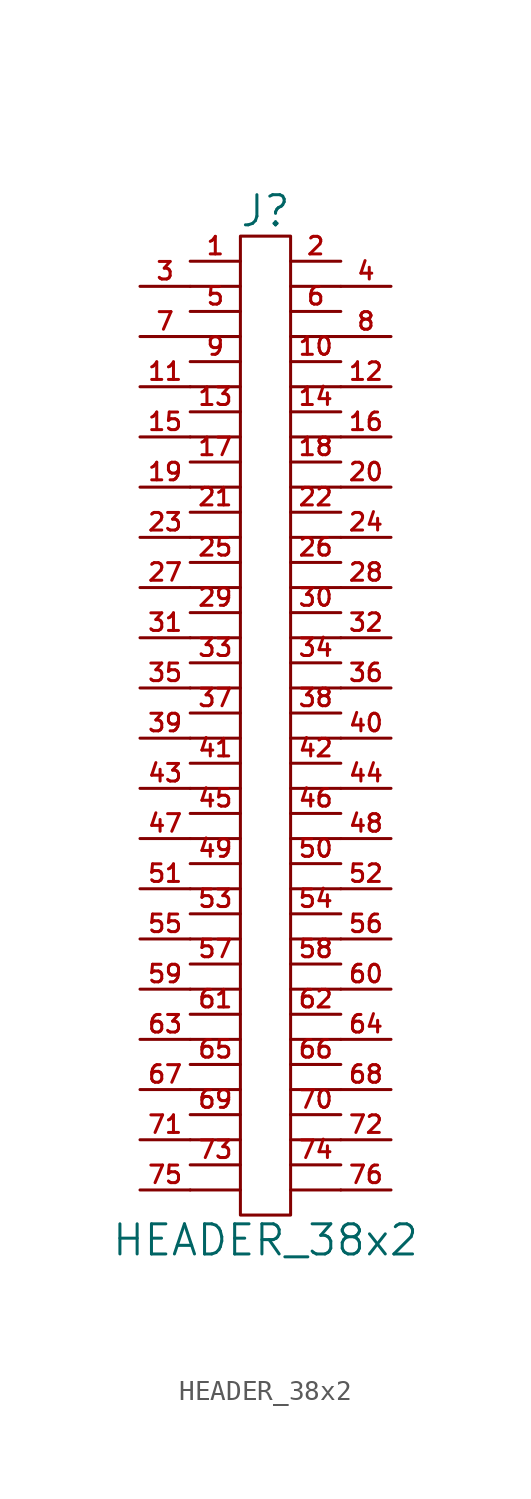
<source format=kicad_sym>
(kicad_symbol_lib
  (version 20220914)
  (generator kicad_symbol_editor)
  (symbol "HEADER_38x2"
    (pin_names
      (offset 0))
    (property "Reference" "J"
      (at 0 25.4 0)
      (effects (font (size 1.524 1.524))))
    (property "Value" "HEADER_38x2"
      (at 0 -26.67 0)
      (effects (font (size 1.524 1.524))))
    (property "Footprint" ""
      (at 0 -1.27 0)
      (effects (font (size 1.524 1.524))))
    (property "Datasheet" ""
      (at 0 0 0)
      (effects (font (size 1.524 1.524))))
    (symbol "HEADER_38x2_0_1"
      (polyline (pts (xy -3.81 -24.13) (xy -1.27 -24.13)) (stroke (width 0) (type solid)) (fill (type none)))
      (polyline (pts (xy -3.81 -21.59) (xy -1.27 -21.59)) (stroke (width 0) (type solid)) (fill (type none)))
      (polyline (pts (xy -3.81 -19.05) (xy -1.27 -19.05)) (stroke (width 0) (type solid)) (fill (type none)))
      (polyline (pts (xy -3.81 -16.51) (xy -1.27 -16.51)) (stroke (width 0) (type solid)) (fill (type none)))
      (polyline (pts (xy -3.81 -13.97) (xy -1.27 -13.97)) (stroke (width 0) (type solid)) (fill (type none)))
      (polyline (pts (xy -3.81 -11.43) (xy -1.27 -11.43)) (stroke (width 0) (type solid)) (fill (type none)))
      (polyline (pts (xy -3.81 -8.89) (xy -1.27 -8.89)) (stroke (width 0) (type solid)) (fill (type none)))
      (polyline (pts (xy -3.81 -6.35) (xy -1.27 -6.35)) (stroke (width 0) (type solid)) (fill (type none)))
      (polyline (pts (xy -3.81 -3.81) (xy -1.27 -3.81)) (stroke (width 0) (type solid)) (fill (type none)))
      (polyline (pts (xy -3.81 -1.27) (xy -1.27 -1.27)) (stroke (width 0) (type solid)) (fill (type none)))
      (polyline (pts (xy -3.81 1.27) (xy -1.27 1.27)) (stroke (width 0) (type solid)) (fill (type none)))
      (polyline (pts (xy -3.81 3.81) (xy -1.27 3.81)) (stroke (width 0) (type solid)) (fill (type none)))
      (polyline (pts (xy -3.81 6.35) (xy -1.27 6.35)) (stroke (width 0) (type solid)) (fill (type none)))
      (polyline (pts (xy -3.81 8.89) (xy -1.27 8.89)) (stroke (width 0) (type solid)) (fill (type none)))
      (polyline (pts (xy -3.81 11.43) (xy -1.27 11.43)) (stroke (width 0) (type solid)) (fill (type none)))
      (polyline (pts (xy -3.81 13.97) (xy -1.27 13.97)) (stroke (width 0) (type solid)) (fill (type none)))
      (polyline (pts (xy -3.81 16.51) (xy -1.27 16.51)) (stroke (width 0) (type solid)) (fill (type none)))
      (polyline (pts (xy -3.81 19.05) (xy -1.27 19.05)) (stroke (width 0) (type solid)) (fill (type none)))
      (polyline (pts (xy -3.81 21.59) (xy -1.27 21.59)) (stroke (width 0) (type solid)) (fill (type none)))
      (polyline (pts (xy 1.27 -24.13) (xy 3.81 -24.13)) (stroke (width 0) (type solid)) (fill (type none)))
      (polyline (pts (xy 1.27 -21.59) (xy 3.81 -21.59)) (stroke (width 0) (type solid)) (fill (type none)))
      (polyline (pts (xy 1.27 -19.05) (xy 3.81 -19.05)) (stroke (width 0) (type solid)) (fill (type none)))
      (polyline (pts (xy 1.27 -16.51) (xy 3.81 -16.51)) (stroke (width 0) (type solid)) (fill (type none)))
      (polyline (pts (xy 1.27 -13.97) (xy 3.81 -13.97)) (stroke (width 0) (type solid)) (fill (type none)))
      (polyline (pts (xy 1.27 -11.43) (xy 3.81 -11.43)) (stroke (width 0) (type solid)) (fill (type none)))
      (polyline (pts (xy 1.27 -8.89) (xy 3.81 -8.89)) (stroke (width 0) (type solid)) (fill (type none)))
      (polyline (pts (xy 1.27 -6.35) (xy 3.81 -6.35)) (stroke (width 0) (type solid)) (fill (type none)))
      (polyline (pts (xy 1.27 -3.81) (xy 3.81 -3.81)) (stroke (width 0) (type solid)) (fill (type none)))
      (polyline (pts (xy 1.27 -1.27) (xy 3.81 -1.27)) (stroke (width 0) (type solid)) (fill (type none)))
      (polyline (pts (xy 1.27 1.27) (xy 3.81 1.27)) (stroke (width 0) (type solid)) (fill (type none)))
      (polyline (pts (xy 1.27 3.81) (xy 3.81 3.81)) (stroke (width 0) (type solid)) (fill (type none)))
      (polyline (pts (xy 1.27 6.35) (xy 3.81 6.35)) (stroke (width 0) (type solid)) (fill (type none)))
      (polyline (pts (xy 1.27 8.89) (xy 3.81 8.89)) (stroke (width 0) (type solid)) (fill (type none)))
      (polyline (pts (xy 1.27 11.43) (xy 3.81 11.43)) (stroke (width 0) (type solid)) (fill (type none)))
      (polyline (pts (xy 1.27 13.97) (xy 3.81 13.97)) (stroke (width 0) (type solid)) (fill (type none)))
      (polyline (pts (xy 1.27 16.51) (xy 3.81 16.51)) (stroke (width 0) (type solid)) (fill (type none)))
      (polyline (pts (xy 1.27 19.05) (xy 3.81 19.05)) (stroke (width 0) (type solid)) (fill (type none)))
      (polyline (pts (xy 1.27 21.59) (xy 3.81 21.59)) (stroke (width 0) (type solid)) (fill (type none)))
      (rectangle (start 1.27 -25.4) (end -1.27 24.13) (stroke (width 0) (type solid)) (fill (type none))))
    (symbol "HEADER_38x2_1_1"
      (pin passive line (at -3.81 22.86 0) (length 2.54) (name "~" (effects (font (size 1.27 1.27)))) (number "1" (effects (font (size 0.889 0.889)))))
      (pin passive line (at 3.81 17.78 180) (length 2.54) (name "~" (effects (font (size 1.27 1.27)))) (number "10" (effects (font (size 0.889 0.889)))))
      (pin passive line (at -6.35 16.51 0) (length 2.54) (name "~" (effects (font (size 1.27 1.27)))) (number "11" (effects (font (size 0.889 0.889)))))
      (pin passive line (at 6.35 16.51 180) (length 2.54) (name "~" (effects (font (size 1.27 1.27)))) (number "12" (effects (font (size 0.889 0.889)))))
      (pin passive line (at -3.81 15.24 0) (length 2.54) (name "~" (effects (font (size 1.27 1.27)))) (number "13" (effects (font (size 0.889 0.889)))))
      (pin passive line (at 3.81 15.24 180) (length 2.54) (name "~" (effects (font (size 1.27 1.27)))) (number "14" (effects (font (size 0.889 0.889)))))
      (pin passive line (at -6.35 13.97 0) (length 2.54) (name "~" (effects (font (size 1.27 1.27)))) (number "15" (effects (font (size 0.889 0.889)))))
      (pin passive line (at 6.35 13.97 180) (length 2.54) (name "~" (effects (font (size 1.27 1.27)))) (number "16" (effects (font (size 0.889 0.889)))))
      (pin passive line (at -3.81 12.7 0) (length 2.54) (name "~" (effects (font (size 1.27 1.27)))) (number "17" (effects (font (size 0.889 0.889)))))
      (pin passive line (at 3.81 12.7 180) (length 2.54) (name "~" (effects (font (size 1.27 1.27)))) (number "18" (effects (font (size 0.889 0.889)))))
      (pin passive line (at -6.35 11.43 0) (length 2.54) (name "~" (effects (font (size 1.27 1.27)))) (number "19" (effects (font (size 0.889 0.889)))))
      (pin passive line (at 3.81 22.86 180) (length 2.54) (name "~" (effects (font (size 1.27 1.27)))) (number "2" (effects (font (size 0.889 0.889)))))
      (pin passive line (at 6.35 11.43 180) (length 2.54) (name "~" (effects (font (size 1.27 1.27)))) (number "20" (effects (font (size 0.889 0.889)))))
      (pin passive line (at -3.81 10.16 0) (length 2.54) (name "~" (effects (font (size 1.27 1.27)))) (number "21" (effects (font (size 0.889 0.889)))))
      (pin passive line (at 3.81 10.16 180) (length 2.54) (name "~" (effects (font (size 1.27 1.27)))) (number "22" (effects (font (size 0.889 0.889)))))
      (pin passive line (at -6.35 8.89 0) (length 2.54) (name "~" (effects (font (size 1.27 1.27)))) (number "23" (effects (font (size 0.889 0.889)))))
      (pin passive line (at 6.35 8.89 180) (length 2.54) (name "~" (effects (font (size 1.27 1.27)))) (number "24" (effects (font (size 0.889 0.889)))))
      (pin passive line (at -3.81 7.62 0) (length 2.54) (name "~" (effects (font (size 1.27 1.27)))) (number "25" (effects (font (size 0.889 0.889)))))
      (pin passive line (at 3.81 7.62 180) (length 2.54) (name "~" (effects (font (size 1.27 1.27)))) (number "26" (effects (font (size 0.889 0.889)))))
      (pin passive line (at -6.35 6.35 0) (length 2.54) (name "~" (effects (font (size 1.27 1.27)))) (number "27" (effects (font (size 0.889 0.889)))))
      (pin passive line (at 6.35 6.35 180) (length 2.54) (name "~" (effects (font (size 1.27 1.27)))) (number "28" (effects (font (size 0.889 0.889)))))
      (pin passive line (at -3.81 5.08 0) (length 2.54) (name "~" (effects (font (size 1.27 1.27)))) (number "29" (effects (font (size 0.889 0.889)))))
      (pin passive line (at -6.35 21.59 0) (length 2.54) (name "~" (effects (font (size 1.27 1.27)))) (number "3" (effects (font (size 0.889 0.889)))))
      (pin passive line (at 3.81 5.08 180) (length 2.54) (name "~" (effects (font (size 1.27 1.27)))) (number "30" (effects (font (size 0.889 0.889)))))
      (pin passive line (at -6.35 3.81 0) (length 2.54) (name "~" (effects (font (size 1.27 1.27)))) (number "31" (effects (font (size 0.889 0.889)))))
      (pin passive line (at 6.35 3.81 180) (length 2.54) (name "~" (effects (font (size 1.27 1.27)))) (number "32" (effects (font (size 0.889 0.889)))))
      (pin passive line (at -3.81 2.54 0) (length 2.54) (name "~" (effects (font (size 1.27 1.27)))) (number "33" (effects (font (size 0.889 0.889)))))
      (pin passive line (at 3.81 2.54 180) (length 2.54) (name "~" (effects (font (size 1.27 1.27)))) (number "34" (effects (font (size 0.889 0.889)))))
      (pin passive line (at -6.35 1.27 0) (length 2.54) (name "~" (effects (font (size 1.27 1.27)))) (number "35" (effects (font (size 0.889 0.889)))))
      (pin passive line (at 6.35 1.27 180) (length 2.54) (name "~" (effects (font (size 1.27 1.27)))) (number "36" (effects (font (size 0.889 0.889)))))
      (pin passive line (at -3.81 0 0) (length 2.54) (name "~" (effects (font (size 0.889 0.889)))) (number "37" (effects (font (size 0.889 0.889)))))
      (pin passive line (at 3.81 0 180) (length 2.54) (name "~" (effects (font (size 1.27 1.27)))) (number "38" (effects (font (size 0.889 0.889)))))
      (pin passive line (at -6.35 -1.27 0) (length 2.54) (name "~" (effects (font (size 1.27 1.27)))) (number "39" (effects (font (size 0.889 0.889)))))
      (pin passive line (at 6.35 21.59 180) (length 2.54) (name "~" (effects (font (size 1.27 1.27)))) (number "4" (effects (font (size 0.889 0.889)))))
      (pin passive line (at 6.35 -1.27 180) (length 2.54) (name "~" (effects (font (size 1.27 1.27)))) (number "40" (effects (font (size 0.889 0.889)))))
      (pin passive line (at -3.81 -2.54 0) (length 2.54) (name "~" (effects (font (size 1.27 1.27)))) (number "41" (effects (font (size 0.889 0.889)))))
      (pin passive line (at 3.81 -2.54 180) (length 2.54) (name "~" (effects (font (size 1.27 1.27)))) (number "42" (effects (font (size 0.889 0.889)))))
      (pin passive line (at -6.35 -3.81 0) (length 2.54) (name "~" (effects (font (size 1.27 1.27)))) (number "43" (effects (font (size 0.889 0.889)))))
      (pin passive line (at 6.35 -3.81 180) (length 2.54) (name "~" (effects (font (size 1.27 1.27)))) (number "44" (effects (font (size 0.889 0.889)))))
      (pin passive line (at -3.81 -5.08 0) (length 2.54) (name "~" (effects (font (size 1.27 1.27)))) (number "45" (effects (font (size 0.889 0.889)))))
      (pin passive line (at 3.81 -5.08 180) (length 2.54) (name "~" (effects (font (size 1.27 1.27)))) (number "46" (effects (font (size 0.889 0.889)))))
      (pin passive line (at -6.35 -6.35 0) (length 2.54) (name "~" (effects (font (size 1.27 1.27)))) (number "47" (effects (font (size 0.889 0.889)))))
      (pin passive line (at 6.35 -6.35 180) (length 2.54) (name "~" (effects (font (size 1.27 1.27)))) (number "48" (effects (font (size 0.889 0.889)))))
      (pin passive line (at -3.81 -7.62 0) (length 2.54) (name "~" (effects (font (size 1.27 1.27)))) (number "49" (effects (font (size 0.889 0.889)))))
      (pin passive line (at -3.81 20.32 0) (length 2.54) (name "~" (effects (font (size 1.27 1.27)))) (number "5" (effects (font (size 0.889 0.889)))))
      (pin passive line (at 3.81 -7.62 180) (length 2.54) (name "~" (effects (font (size 1.27 1.27)))) (number "50" (effects (font (size 0.889 0.889)))))
      (pin passive line (at -6.35 -8.89 0) (length 2.54) (name "~" (effects (font (size 1.27 1.27)))) (number "51" (effects (font (size 0.889 0.889)))))
      (pin passive line (at 6.35 -8.89 180) (length 2.54) (name "~" (effects (font (size 1.27 1.27)))) (number "52" (effects (font (size 0.889 0.889)))))
      (pin passive line (at -3.81 -10.16 0) (length 2.54) (name "~" (effects (font (size 1.27 1.27)))) (number "53" (effects (font (size 0.889 0.889)))))
      (pin passive line (at 3.81 -10.16 180) (length 2.54) (name "~" (effects (font (size 1.27 1.27)))) (number "54" (effects (font (size 0.889 0.889)))))
      (pin passive line (at -6.35 -11.43 0) (length 2.54) (name "~" (effects (font (size 1.27 1.27)))) (number "55" (effects (font (size 0.889 0.889)))))
      (pin passive line (at 6.35 -11.43 180) (length 2.54) (name "~" (effects (font (size 1.27 1.27)))) (number "56" (effects (font (size 0.889 0.889)))))
      (pin passive line (at -3.81 -12.7 0) (length 2.54) (name "~" (effects (font (size 1.27 1.27)))) (number "57" (effects (font (size 0.889 0.889)))))
      (pin passive line (at 3.81 -12.7 180) (length 2.54) (name "~" (effects (font (size 1.27 1.27)))) (number "58" (effects (font (size 0.889 0.889)))))
      (pin passive line (at -6.35 -13.97 0) (length 2.54) (name "~" (effects (font (size 1.27 1.27)))) (number "59" (effects (font (size 0.889 0.889)))))
      (pin passive line (at 3.81 20.32 180) (length 2.54) (name "~" (effects (font (size 1.27 1.27)))) (number "6" (effects (font (size 0.889 0.889)))))
      (pin passive line (at 6.35 -13.97 180) (length 2.54) (name "~" (effects (font (size 1.27 1.27)))) (number "60" (effects (font (size 0.889 0.889)))))
      (pin passive line (at -3.81 -15.24 0) (length 2.54) (name "~" (effects (font (size 1.27 1.27)))) (number "61" (effects (font (size 0.889 0.889)))))
      (pin passive line (at 3.81 -15.24 180) (length 2.54) (name "~" (effects (font (size 1.27 1.27)))) (number "62" (effects (font (size 0.889 0.889)))))
      (pin passive line (at -6.35 -16.51 0) (length 2.54) (name "~" (effects (font (size 1.27 1.27)))) (number "63" (effects (font (size 0.889 0.889)))))
      (pin passive line (at 6.35 -16.51 180) (length 2.54) (name "~" (effects (font (size 1.27 1.27)))) (number "64" (effects (font (size 0.889 0.889)))))
      (pin passive line (at -3.81 -17.78 0) (length 2.54) (name "~" (effects (font (size 1.27 1.27)))) (number "65" (effects (font (size 0.889 0.889)))))
      (pin passive line (at 3.81 -17.78 180) (length 2.54) (name "~" (effects (font (size 1.27 1.27)))) (number "66" (effects (font (size 0.889 0.889)))))
      (pin passive line (at -6.35 -19.05 0) (length 2.54) (name "~" (effects (font (size 1.27 1.27)))) (number "67" (effects (font (size 0.889 0.889)))))
      (pin passive line (at 6.35 -19.05 180) (length 2.54) (name "~" (effects (font (size 1.27 1.27)))) (number "68" (effects (font (size 0.889 0.889)))))
      (pin passive line (at -3.81 -20.32 0) (length 2.54) (name "~" (effects (font (size 1.27 1.27)))) (number "69" (effects (font (size 0.889 0.889)))))
      (pin passive line (at -6.35 19.05 0) (length 2.54) (name "~" (effects (font (size 1.27 1.27)))) (number "7" (effects (font (size 0.889 0.889)))))
      (pin passive line (at 3.81 -20.32 180) (length 2.54) (name "~" (effects (font (size 1.27 1.27)))) (number "70" (effects (font (size 0.889 0.889)))))
      (pin passive line (at -6.35 -21.59 0) (length 2.54) (name "~" (effects (font (size 1.27 1.27)))) (number "71" (effects (font (size 0.889 0.889)))))
      (pin passive line (at 6.35 -21.59 180) (length 2.54) (name "~" (effects (font (size 1.27 1.27)))) (number "72" (effects (font (size 0.889 0.889)))))
      (pin passive line (at -3.81 -22.86 0) (length 2.54) (name "~" (effects (font (size 1.27 1.27)))) (number "73" (effects (font (size 0.889 0.889)))))
      (pin passive line (at 3.81 -22.86 180) (length 2.54) (name "~" (effects (font (size 1.27 1.27)))) (number "74" (effects (font (size 0.889 0.889)))))
      (pin passive line (at -6.35 -24.13 0) (length 2.54) (name "~" (effects (font (size 1.27 1.27)))) (number "75" (effects (font (size 0.889 0.889)))))
      (pin passive line (at 6.35 -24.13 180) (length 2.54) (name "~" (effects (font (size 1.27 1.27)))) (number "76" (effects (font (size 0.889 0.889)))))
      (pin passive line (at 6.35 19.05 180) (length 2.54) (name "~" (effects (font (size 1.27 1.27)))) (number "8" (effects (font (size 0.889 0.889)))))
      (pin passive line (at -3.81 17.78 0) (length 2.54) (name "~" (effects (font (size 1.27 1.27)))) (number "9" (effects (font (size 0.889 0.889))))))))
</source>
